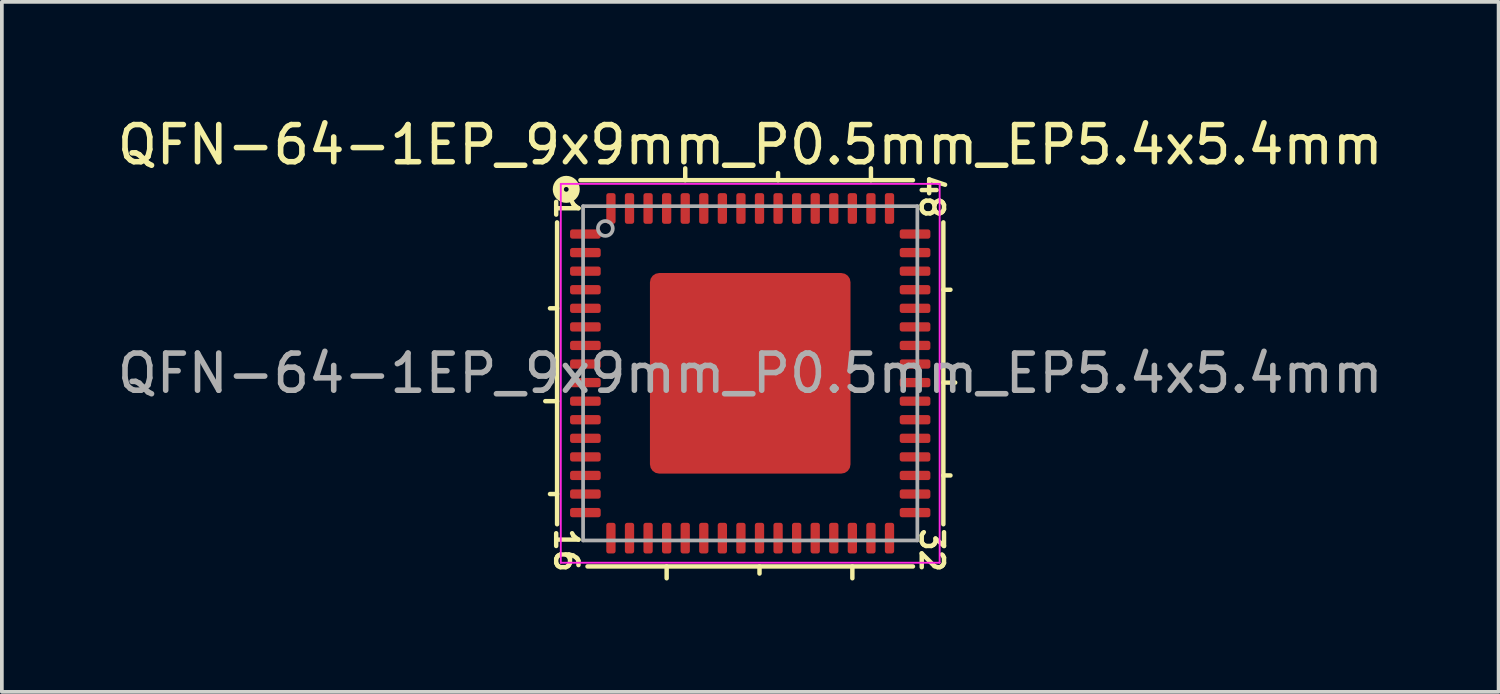
<source format=kicad_pcb>
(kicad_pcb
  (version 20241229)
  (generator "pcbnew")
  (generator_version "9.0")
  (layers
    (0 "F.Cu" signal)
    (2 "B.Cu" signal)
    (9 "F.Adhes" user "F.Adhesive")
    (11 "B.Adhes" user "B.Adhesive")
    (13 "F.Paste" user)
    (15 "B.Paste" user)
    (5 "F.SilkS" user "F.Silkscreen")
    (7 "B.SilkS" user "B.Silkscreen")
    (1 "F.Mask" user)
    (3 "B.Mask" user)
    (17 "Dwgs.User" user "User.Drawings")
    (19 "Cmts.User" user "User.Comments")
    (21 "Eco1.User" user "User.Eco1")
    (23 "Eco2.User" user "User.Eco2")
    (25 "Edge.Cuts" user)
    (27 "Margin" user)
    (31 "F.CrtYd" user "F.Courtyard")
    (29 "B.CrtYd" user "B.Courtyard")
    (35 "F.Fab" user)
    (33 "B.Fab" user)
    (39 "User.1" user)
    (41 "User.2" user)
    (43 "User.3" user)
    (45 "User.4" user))
  (footprint "QFN-64-1EP_9x9mm_P0.5mm_EP5.4x5.4mm"
    (layer "F.Cu")
    (at 17.149 7.001)
    (property "Reference" "QFN-64-1EP_9x9mm_P0.5mm_EP5.4x5.4mm" (at 0 -6.152 0) (layer "F.SilkS") (effects (font (size 1 1) (thickness 0.15))))
    (attr smd)
    (fp_line (start -5.2 -4.064) (end -5.2 4.064) (stroke (width 0.12) (type solid)) (layer "F.SilkS"))
    (fp_line (start -5.2 -1.75) (end -5.391 -1.75) (stroke (width 0.12) (type solid)) (layer "F.SilkS"))
    (fp_line (start -5.2 0.75) (end -5.518 0.75) (stroke (width 0.12) (type solid)) (layer "F.SilkS"))
    (fp_line (start -5.2 3.25) (end -5.391 3.25) (stroke (width 0.12) (type solid)) (layer "F.SilkS"))
    (fp_line (start -4.381 5.2) (end 4.381 5.2) (stroke (width 0.12) (type solid)) (layer "F.SilkS"))
    (fp_line (start -2.25 5.2) (end -2.25 5.518) (stroke (width 0.12) (type solid)) (layer "F.SilkS"))
    (fp_line (start -1.75 -5.2) (end -1.75 -5.518) (stroke (width 0.12) (type solid)) (layer "F.SilkS"))
    (fp_line (start 0.25 5.2) (end 0.25 5.391) (stroke (width 0.12) (type solid)) (layer "F.SilkS"))
    (fp_line (start 0.75 -5.2) (end 0.75 -5.391) (stroke (width 0.12) (type solid)) (layer "F.SilkS"))
    (fp_line (start 2.75 5.2) (end 2.75 5.518) (stroke (width 0.12) (type solid)) (layer "F.SilkS"))
    (fp_line (start 3.25 -5.2) (end 3.25 -5.518) (stroke (width 0.12) (type solid)) (layer "F.SilkS"))
    (fp_line (start 4.381 -5.2) (end -4.572 -5.2) (stroke (width 0.12) (type solid)) (layer "F.SilkS"))
    (fp_line (start 5.2 -2.25) (end 5.391 -2.25) (stroke (width 0.12) (type solid)) (layer "F.SilkS"))
    (fp_line (start 5.2 0.25) (end 5.518 0.25) (stroke (width 0.12) (type solid)) (layer "F.SilkS"))
    (fp_line (start 5.2 2.75) (end 5.391 2.75) (stroke (width 0.12) (type solid)) (layer "F.SilkS"))
    (fp_line (start 5.2 4.064) (end 5.2 -4.064) (stroke (width 0.12) (type solid)) (layer "F.SilkS"))
    (fp_circle (center -4.953 -4.953) (end -4.889 -4.953) (stroke (width 0.3) (type solid)) (fill no) (layer "F.SilkS"))
    (fp_line (start -5.1 -5.1) (end -5.1 5.1) (stroke (width 0.05) (type solid)) (layer "F.CrtYd"))
    (fp_line (start -5.1 5.1) (end 5.1 5.1) (stroke (width 0.05) (type solid)) (layer "F.CrtYd"))
    (fp_line (start 5.1 -5.1) (end -5.1 -5.1) (stroke (width 0.05) (type solid)) (layer "F.CrtYd"))
    (fp_line (start 5.1 5.1) (end 5.1 -5.1) (stroke (width 0.05) (type solid)) (layer "F.CrtYd"))
    (fp_line (start -4.5 -4.5) (end 4.5 -4.5) (stroke (width 0.1) (type solid)) (layer "F.Fab"))
    (fp_line (start -4.5 4.5) (end -4.5 -4.5) (stroke (width 0.1) (type solid)) (layer "F.Fab"))
    (fp_line (start 4.5 -4.5) (end 4.5 4.5) (stroke (width 0.1) (type solid)) (layer "F.Fab"))
    (fp_line (start 4.5 4.5) (end -4.5 4.5) (stroke (width 0.1) (type solid)) (layer "F.Fab"))
    (fp_circle (center -3.9 -3.9) (end -3.7 -3.9) (stroke (width 0.1) (type solid)) (fill no) (layer "F.Fab"))
    (fp_text user "48" (at 4.889 -4.763 270) (unlocked yes) (layer "F.SilkS") (effects (font (size 0.6 0.6) (thickness 0.12))))
    (fp_text user "16" (at -4.953 4.763 270) (unlocked yes) (layer "F.SilkS") (effects (font (size 0.6 0.6) (thickness 0.12))))
    (fp_text user "1" (at -4.953 -4.445 270) (unlocked yes) (layer "F.SilkS") (effects (font (size 0.6 0.6) (thickness 0.12))))
    (fp_text user "32" (at 4.889 4.763 270) (unlocked yes) (layer "F.SilkS") (effects (font (size 0.6 0.6) (thickness 0.12))))
    (fp_text user "${REFERENCE}" (at 0 0 0) (layer "F.Fab") (effects (font (size 1 1) (thickness 0.15))))
    (pad "" smd roundrect (at -2.025 -2.025) (size 1.09 1.09) (layers "F.Paste") (roundrect_rratio 0.229))
    (pad "" smd roundrect (at -2.025 -0.675) (size 1.09 1.09) (layers "F.Paste") (roundrect_rratio 0.229))
    (pad "" smd roundrect (at -2.025 0.675) (size 1.09 1.09) (layers "F.Paste") (roundrect_rratio 0.229))
    (pad "" smd roundrect (at -2.025 2.025) (size 1.09 1.09) (layers "F.Paste") (roundrect_rratio 0.229))
    (pad "" smd roundrect (at -0.675 -2.025) (size 1.09 1.09) (layers "F.Paste") (roundrect_rratio 0.229))
    (pad "" smd roundrect (at -0.675 -0.675) (size 1.09 1.09) (layers "F.Paste") (roundrect_rratio 0.229))
    (pad "" smd roundrect (at -0.675 0.675) (size 1.09 1.09) (layers "F.Paste") (roundrect_rratio 0.229))
    (pad "" smd roundrect (at -0.675 2.025) (size 1.09 1.09) (layers "F.Paste") (roundrect_rratio 0.229))
    (pad "" smd roundrect (at 0.675 -2.025) (size 1.09 1.09) (layers "F.Paste") (roundrect_rratio 0.229))
    (pad "" smd roundrect (at 0.675 -0.675) (size 1.09 1.09) (layers "F.Paste") (roundrect_rratio 0.229))
    (pad "" smd roundrect (at 0.675 0.675) (size 1.09 1.09) (layers "F.Paste") (roundrect_rratio 0.229))
    (pad "" smd roundrect (at 0.675 2.025) (size 1.09 1.09) (layers "F.Paste") (roundrect_rratio 0.229))
    (pad "" smd roundrect (at 2.025 -2.025) (size 1.09 1.09) (layers "F.Paste") (roundrect_rratio 0.229))
    (pad "" smd roundrect (at 2.025 -0.675) (size 1.09 1.09) (layers "F.Paste") (roundrect_rratio 0.229))
    (pad "" smd roundrect (at 2.025 0.675) (size 1.09 1.09) (layers "F.Paste") (roundrect_rratio 0.229))
    (pad "" smd roundrect (at 2.025 2.025) (size 1.09 1.09) (layers "F.Paste") (roundrect_rratio 0.229))
    (pad "1" smd roundrect (at -4.438 -3.75) (size 0.825 0.25) (layers "F.Cu" "F.Mask" "F.Paste") (roundrect_rratio 0.25))
    (pad "2" smd roundrect (at -4.438 -3.25) (size 0.825 0.25) (layers "F.Cu" "F.Mask" "F.Paste") (roundrect_rratio 0.25))
    (pad "3" smd roundrect (at -4.438 -2.75) (size 0.825 0.25) (layers "F.Cu" "F.Mask" "F.Paste") (roundrect_rratio 0.25))
    (pad "4" smd roundrect (at -4.438 -2.25) (size 0.825 0.25) (layers "F.Cu" "F.Mask" "F.Paste") (roundrect_rratio 0.25))
    (pad "5" smd roundrect (at -4.438 -1.75) (size 0.825 0.25) (layers "F.Cu" "F.Mask" "F.Paste") (roundrect_rratio 0.25))
    (pad "6" smd roundrect (at -4.438 -1.25) (size 0.825 0.25) (layers "F.Cu" "F.Mask" "F.Paste") (roundrect_rratio 0.25))
    (pad "7" smd roundrect (at -4.438 -0.75) (size 0.825 0.25) (layers "F.Cu" "F.Mask" "F.Paste") (roundrect_rratio 0.25))
    (pad "8" smd roundrect (at -4.438 -0.25) (size 0.825 0.25) (layers "F.Cu" "F.Mask" "F.Paste") (roundrect_rratio 0.25))
    (pad "9" smd roundrect (at -4.438 0.25) (size 0.825 0.25) (layers "F.Cu" "F.Mask" "F.Paste") (roundrect_rratio 0.25))
    (pad "10" smd roundrect (at -4.438 0.75) (size 0.825 0.25) (layers "F.Cu" "F.Mask" "F.Paste") (roundrect_rratio 0.25))
    (pad "11" smd roundrect (at -4.438 1.25) (size 0.825 0.25) (layers "F.Cu" "F.Mask" "F.Paste") (roundrect_rratio 0.25))
    (pad "12" smd roundrect (at -4.438 1.75) (size 0.825 0.25) (layers "F.Cu" "F.Mask" "F.Paste") (roundrect_rratio 0.25))
    (pad "13" smd roundrect (at -4.438 2.25) (size 0.825 0.25) (layers "F.Cu" "F.Mask" "F.Paste") (roundrect_rratio 0.25))
    (pad "14" smd roundrect (at -4.438 2.75) (size 0.825 0.25) (layers "F.Cu" "F.Mask" "F.Paste") (roundrect_rratio 0.25))
    (pad "15" smd roundrect (at -4.438 3.25) (size 0.825 0.25) (layers "F.Cu" "F.Mask" "F.Paste") (roundrect_rratio 0.25))
    (pad "16" smd roundrect (at -4.438 3.75) (size 0.825 0.25) (layers "F.Cu" "F.Mask" "F.Paste") (roundrect_rratio 0.25))
    (pad "17" smd roundrect (at -3.75 4.438) (size 0.25 0.825) (layers "F.Cu" "F.Mask" "F.Paste") (roundrect_rratio 0.25))
    (pad "18" smd roundrect (at -3.25 4.438) (size 0.25 0.825) (layers "F.Cu" "F.Mask" "F.Paste") (roundrect_rratio 0.25))
    (pad "19" smd roundrect (at -2.75 4.438) (size 0.25 0.825) (layers "F.Cu" "F.Mask" "F.Paste") (roundrect_rratio 0.25))
    (pad "20" smd roundrect (at -2.25 4.438) (size 0.25 0.825) (layers "F.Cu" "F.Mask" "F.Paste") (roundrect_rratio 0.25))
    (pad "21" smd roundrect (at -1.75 4.438) (size 0.25 0.825) (layers "F.Cu" "F.Mask" "F.Paste") (roundrect_rratio 0.25))
    (pad "22" smd roundrect (at -1.25 4.438) (size 0.25 0.825) (layers "F.Cu" "F.Mask" "F.Paste") (roundrect_rratio 0.25))
    (pad "23" smd roundrect (at -0.75 4.438) (size 0.25 0.825) (layers "F.Cu" "F.Mask" "F.Paste") (roundrect_rratio 0.25))
    (pad "24" smd roundrect (at -0.25 4.438) (size 0.25 0.825) (layers "F.Cu" "F.Mask" "F.Paste") (roundrect_rratio 0.25))
    (pad "25" smd roundrect (at 0.25 4.438) (size 0.25 0.825) (layers "F.Cu" "F.Mask" "F.Paste") (roundrect_rratio 0.25))
    (pad "26" smd roundrect (at 0.75 4.438) (size 0.25 0.825) (layers "F.Cu" "F.Mask" "F.Paste") (roundrect_rratio 0.25))
    (pad "27" smd roundrect (at 1.25 4.438) (size 0.25 0.825) (layers "F.Cu" "F.Mask" "F.Paste") (roundrect_rratio 0.25))
    (pad "28" smd roundrect (at 1.75 4.438) (size 0.25 0.825) (layers "F.Cu" "F.Mask" "F.Paste") (roundrect_rratio 0.25))
    (pad "29" smd roundrect (at 2.25 4.438) (size 0.25 0.825) (layers "F.Cu" "F.Mask" "F.Paste") (roundrect_rratio 0.25))
    (pad "30" smd roundrect (at 2.75 4.438) (size 0.25 0.825) (layers "F.Cu" "F.Mask" "F.Paste") (roundrect_rratio 0.25))
    (pad "31" smd roundrect (at 3.25 4.438) (size 0.25 0.825) (layers "F.Cu" "F.Mask" "F.Paste") (roundrect_rratio 0.25))
    (pad "32" smd roundrect (at 3.75 4.438) (size 0.25 0.825) (layers "F.Cu" "F.Mask" "F.Paste") (roundrect_rratio 0.25))
    (pad "33" smd roundrect (at 4.438 3.75) (size 0.825 0.25) (layers "F.Cu" "F.Mask" "F.Paste") (roundrect_rratio 0.25))
    (pad "34" smd roundrect (at 4.438 3.25) (size 0.825 0.25) (layers "F.Cu" "F.Mask" "F.Paste") (roundrect_rratio 0.25))
    (pad "35" smd roundrect (at 4.438 2.75) (size 0.825 0.25) (layers "F.Cu" "F.Mask" "F.Paste") (roundrect_rratio 0.25))
    (pad "36" smd roundrect (at 4.438 2.25) (size 0.825 0.25) (layers "F.Cu" "F.Mask" "F.Paste") (roundrect_rratio 0.25))
    (pad "37" smd roundrect (at 4.438 1.75) (size 0.825 0.25) (layers "F.Cu" "F.Mask" "F.Paste") (roundrect_rratio 0.25))
    (pad "38" smd roundrect (at 4.438 1.25) (size 0.825 0.25) (layers "F.Cu" "F.Mask" "F.Paste") (roundrect_rratio 0.25))
    (pad "39" smd roundrect (at 4.438 0.75) (size 0.825 0.25) (layers "F.Cu" "F.Mask" "F.Paste") (roundrect_rratio 0.25))
    (pad "40" smd roundrect (at 4.438 0.25) (size 0.825 0.25) (layers "F.Cu" "F.Mask" "F.Paste") (roundrect_rratio 0.25))
    (pad "41" smd roundrect (at 4.438 -0.25) (size 0.825 0.25) (layers "F.Cu" "F.Mask" "F.Paste") (roundrect_rratio 0.25))
    (pad "42" smd roundrect (at 4.438 -0.75) (size 0.825 0.25) (layers "F.Cu" "F.Mask" "F.Paste") (roundrect_rratio 0.25))
    (pad "43" smd roundrect (at 4.438 -1.25) (size 0.825 0.25) (layers "F.Cu" "F.Mask" "F.Paste") (roundrect_rratio 0.25))
    (pad "44" smd roundrect (at 4.438 -1.75) (size 0.825 0.25) (layers "F.Cu" "F.Mask" "F.Paste") (roundrect_rratio 0.25))
    (pad "45" smd roundrect (at 4.438 -2.25) (size 0.825 0.25) (layers "F.Cu" "F.Mask" "F.Paste") (roundrect_rratio 0.25))
    (pad "46" smd roundrect (at 4.438 -2.75) (size 0.825 0.25) (layers "F.Cu" "F.Mask" "F.Paste") (roundrect_rratio 0.25))
    (pad "47" smd roundrect (at 4.438 -3.25) (size 0.825 0.25) (layers "F.Cu" "F.Mask" "F.Paste") (roundrect_rratio 0.25))
    (pad "48" smd roundrect (at 4.438 -3.75) (size 0.825 0.25) (layers "F.Cu" "F.Mask" "F.Paste") (roundrect_rratio 0.25))
    (pad "49" smd roundrect (at 3.75 -4.438) (size 0.25 0.825) (layers "F.Cu" "F.Mask" "F.Paste") (roundrect_rratio 0.25))
    (pad "50" smd roundrect (at 3.25 -4.438) (size 0.25 0.825) (layers "F.Cu" "F.Mask" "F.Paste") (roundrect_rratio 0.25))
    (pad "51" smd roundrect (at 2.75 -4.438) (size 0.25 0.825) (layers "F.Cu" "F.Mask" "F.Paste") (roundrect_rratio 0.25))
    (pad "52" smd roundrect (at 2.25 -4.438) (size 0.25 0.825) (layers "F.Cu" "F.Mask" "F.Paste") (roundrect_rratio 0.25))
    (pad "53" smd roundrect (at 1.75 -4.438) (size 0.25 0.825) (layers "F.Cu" "F.Mask" "F.Paste") (roundrect_rratio 0.25))
    (pad "54" smd roundrect (at 1.25 -4.438) (size 0.25 0.825) (layers "F.Cu" "F.Mask" "F.Paste") (roundrect_rratio 0.25))
    (pad "55" smd roundrect (at 0.75 -4.438) (size 0.25 0.825) (layers "F.Cu" "F.Mask" "F.Paste") (roundrect_rratio 0.25))
    (pad "56" smd roundrect (at 0.25 -4.438) (size 0.25 0.825) (layers "F.Cu" "F.Mask" "F.Paste") (roundrect_rratio 0.25))
    (pad "57" smd roundrect (at -0.25 -4.438) (size 0.25 0.825) (layers "F.Cu" "F.Mask" "F.Paste") (roundrect_rratio 0.25))
    (pad "58" smd roundrect (at -0.75 -4.438) (size 0.25 0.825) (layers "F.Cu" "F.Mask" "F.Paste") (roundrect_rratio 0.25))
    (pad "59" smd roundrect (at -1.25 -4.438) (size 0.25 0.825) (layers "F.Cu" "F.Mask" "F.Paste") (roundrect_rratio 0.25))
    (pad "60" smd roundrect (at -1.75 -4.438) (size 0.25 0.825) (layers "F.Cu" "F.Mask" "F.Paste") (roundrect_rratio 0.25))
    (pad "61" smd roundrect (at -2.25 -4.438) (size 0.25 0.825) (layers "F.Cu" "F.Mask" "F.Paste") (roundrect_rratio 0.25))
    (pad "62" smd roundrect (at -2.75 -4.438) (size 0.25 0.825) (layers "F.Cu" "F.Mask" "F.Paste") (roundrect_rratio 0.25))
    (pad "63" smd roundrect (at -3.25 -4.438) (size 0.25 0.825) (layers "F.Cu" "F.Mask" "F.Paste") (roundrect_rratio 0.25))
    (pad "64" smd roundrect (at -3.75 -4.438) (size 0.25 0.825) (layers "F.Cu" "F.Mask" "F.Paste") (roundrect_rratio 0.25))
    (pad "65" smd roundrect (at 0 0) (size 5.4 5.4) (layers "F.Cu" "F.Mask") (roundrect_rratio 0.046)))
  (gr_rect
    (start -3 -3)
    (end 37.298 15.578)
    (stroke (width 0.1) (type default))
    (fill no)
    (layer "Edge.Cuts")))
</source>
